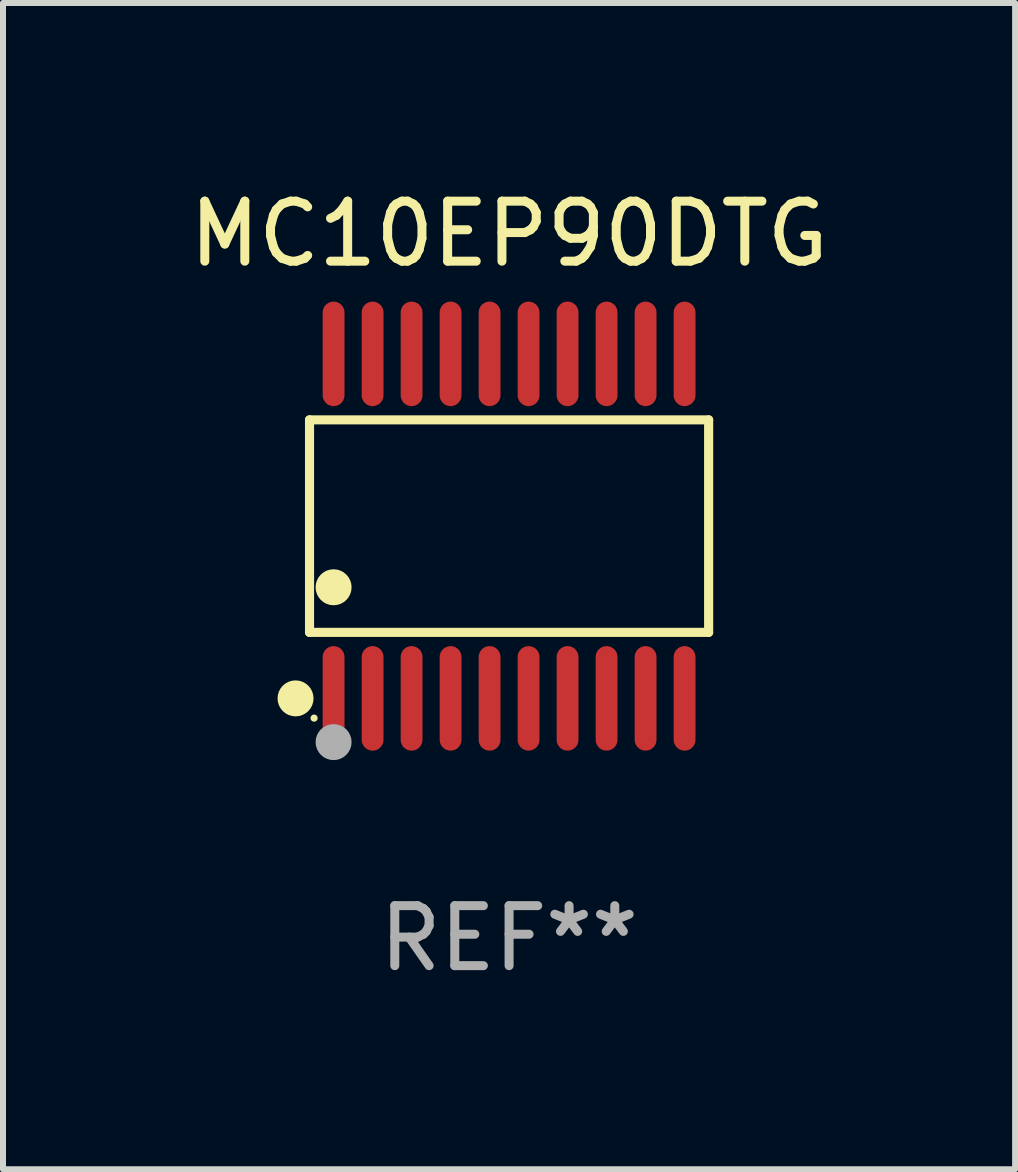
<source format=kicad_pcb>
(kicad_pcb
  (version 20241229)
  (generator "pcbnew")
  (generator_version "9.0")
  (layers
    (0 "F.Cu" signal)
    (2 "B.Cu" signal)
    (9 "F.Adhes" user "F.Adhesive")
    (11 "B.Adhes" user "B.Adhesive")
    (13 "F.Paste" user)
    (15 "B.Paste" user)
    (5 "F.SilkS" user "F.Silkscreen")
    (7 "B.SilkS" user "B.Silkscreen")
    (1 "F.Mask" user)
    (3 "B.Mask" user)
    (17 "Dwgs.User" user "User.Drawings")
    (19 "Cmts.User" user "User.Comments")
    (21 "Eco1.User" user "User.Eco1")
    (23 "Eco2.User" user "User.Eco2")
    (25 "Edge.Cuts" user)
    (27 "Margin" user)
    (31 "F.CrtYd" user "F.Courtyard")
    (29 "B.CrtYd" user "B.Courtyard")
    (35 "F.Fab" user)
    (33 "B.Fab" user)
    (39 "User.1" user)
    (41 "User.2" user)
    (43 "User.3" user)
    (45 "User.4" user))
  (footprint "MC10EP90DTG"
    (layer "F.Cu")
    (at 5.435 5.719)
    (property "Reference" "MC10EP90DTG" (at 0 -4.871 0) (layer "F.SilkS") (effects (font (size 1 1) (thickness 0.15))))
    (attr through_hole)
    (fp_line (start -3.326 -1.771) (end 3.326 -1.771) (stroke (width 0.152) (type solid)) (layer "F.SilkS"))
    (fp_line (start -3.326 1.771) (end -3.326 -1.771) (stroke (width 0.152) (type solid)) (layer "F.SilkS"))
    (fp_line (start 3.326 -1.771) (end 3.326 1.771) (stroke (width 0.152) (type solid)) (layer "F.SilkS"))
    (fp_line (start 3.326 1.771) (end -3.326 1.771) (stroke (width 0.152) (type solid)) (layer "F.SilkS"))
    (fp_circle (center -3.559 2.871) (end -3.409 2.871) (stroke (width 0.3) (type solid)) (fill no) (layer "F.SilkS"))
    (fp_circle (center -3.25 3.2) (end -3.22 3.2) (stroke (width 0.06) (type solid)) (fill no) (layer "F.SilkS"))
    (fp_circle (center -2.925 1.019) (end -2.775 1.019) (stroke (width 0.3) (type solid)) (fill no) (layer "F.SilkS"))
    (fp_circle (center -2.925 3.6) (end -2.775 3.6) (stroke (width 0.3) (type solid)) (fill no) (layer "F.Fab"))
    (fp_text user "REF**" (at 0 6.871 0) (layer "F.Fab") (effects (font (size 1 1) (thickness 0.15))))
    (pad "1" smd oval (at -2.925 2.871) (size 0.364 1.742) (layers "F.Cu" "F.Mask" "F.Paste"))
    (pad "2" smd oval (at -2.275 2.871) (size 0.364 1.742) (layers "F.Cu" "F.Mask" "F.Paste"))
    (pad "3" smd oval (at -1.625 2.871) (size 0.364 1.742) (layers "F.Cu" "F.Mask" "F.Paste"))
    (pad "4" smd oval (at -0.975 2.871) (size 0.364 1.742) (layers "F.Cu" "F.Mask" "F.Paste"))
    (pad "5" smd oval (at -0.325 2.871) (size 0.364 1.742) (layers "F.Cu" "F.Mask" "F.Paste"))
    (pad "6" smd oval (at 0.325 2.871) (size 0.364 1.742) (layers "F.Cu" "F.Mask" "F.Paste"))
    (pad "7" smd oval (at 0.975 2.871) (size 0.364 1.742) (layers "F.Cu" "F.Mask" "F.Paste"))
    (pad "8" smd oval (at 1.625 2.871) (size 0.364 1.742) (layers "F.Cu" "F.Mask" "F.Paste"))
    (pad "9" smd oval (at 2.275 2.871) (size 0.364 1.742) (layers "F.Cu" "F.Mask" "F.Paste"))
    (pad "10" smd oval (at 2.925 2.871) (size 0.364 1.742) (layers "F.Cu" "F.Mask" "F.Paste"))
    (pad "11" smd oval (at 2.925 -2.871) (size 0.364 1.742) (layers "F.Cu" "F.Mask" "F.Paste"))
    (pad "12" smd oval (at 2.275 -2.871) (size 0.364 1.742) (layers "F.Cu" "F.Mask" "F.Paste"))
    (pad "13" smd oval (at 1.625 -2.871) (size 0.364 1.742) (layers "F.Cu" "F.Mask" "F.Paste"))
    (pad "14" smd oval (at 0.975 -2.871) (size 0.364 1.742) (layers "F.Cu" "F.Mask" "F.Paste"))
    (pad "15" smd oval (at 0.325 -2.871) (size 0.364 1.742) (layers "F.Cu" "F.Mask" "F.Paste"))
    (pad "16" smd oval (at -0.325 -2.871) (size 0.364 1.742) (layers "F.Cu" "F.Mask" "F.Paste"))
    (pad "17" smd oval (at -0.975 -2.871) (size 0.364 1.742) (layers "F.Cu" "F.Mask" "F.Paste"))
    (pad "18" smd oval (at -1.625 -2.871) (size 0.364 1.742) (layers "F.Cu" "F.Mask" "F.Paste"))
    (pad "19" smd oval (at -2.275 -2.871) (size 0.364 1.742) (layers "F.Cu" "F.Mask" "F.Paste"))
    (pad "20" smd oval (at -2.925 -2.871) (size 0.364 1.742) (layers "F.Cu" "F.Mask" "F.Paste")))
  (gr_rect
    (start -3 -3)
    (end 13.869 16.438)
    (stroke (width 0.1) (type default))
    (fill no)
    (layer "Edge.Cuts")))
</source>
